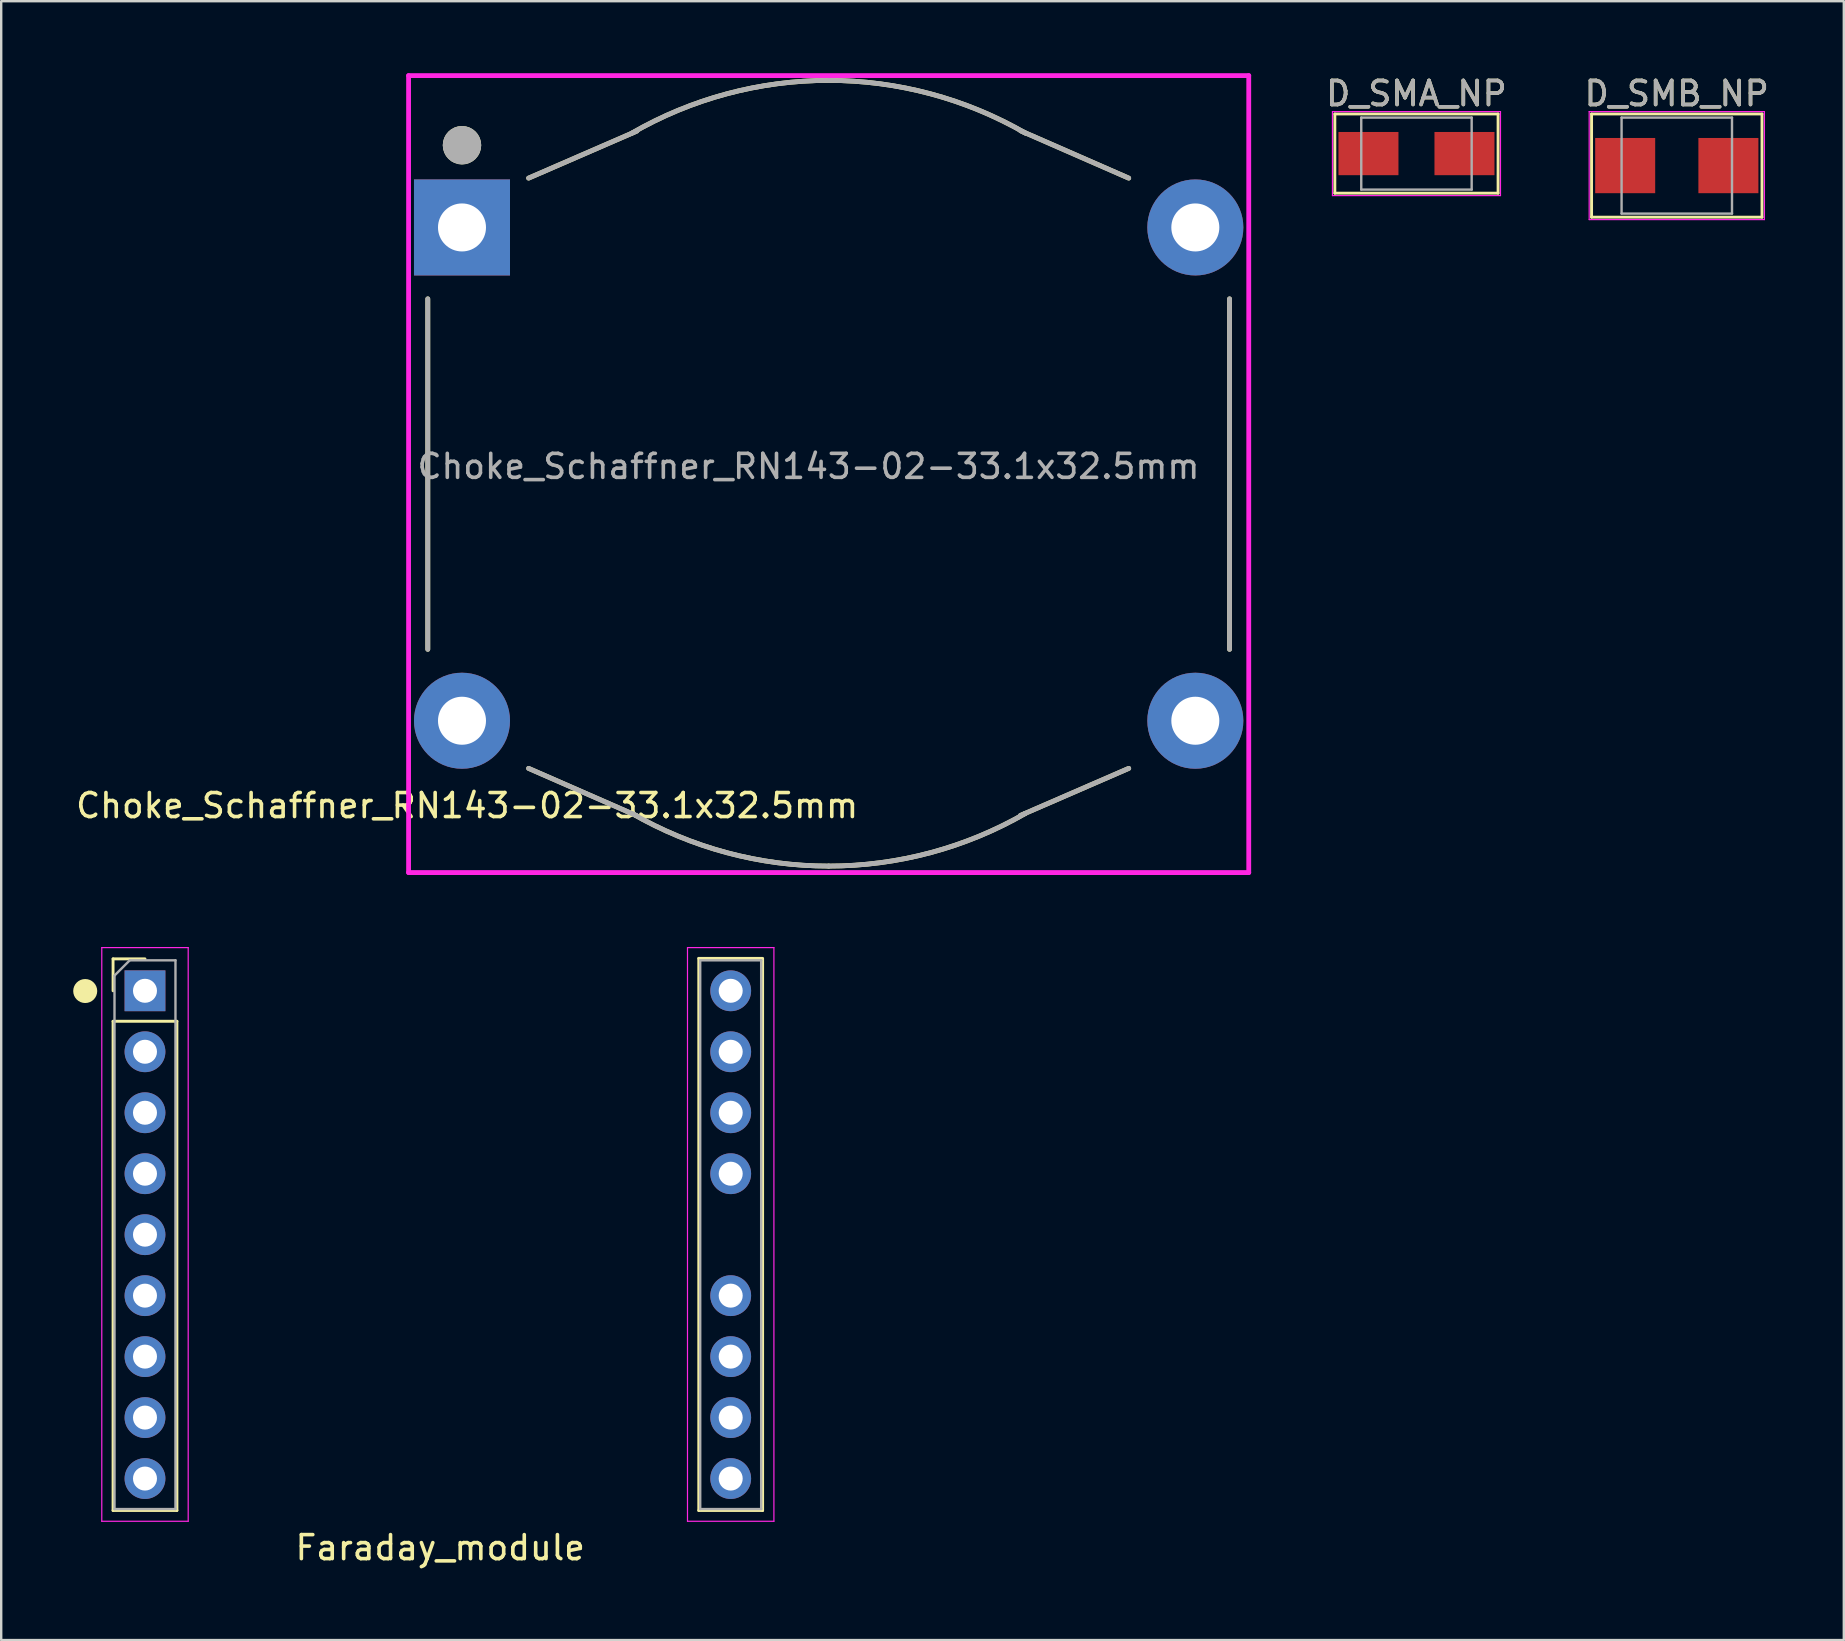
<source format=kicad_pcb>
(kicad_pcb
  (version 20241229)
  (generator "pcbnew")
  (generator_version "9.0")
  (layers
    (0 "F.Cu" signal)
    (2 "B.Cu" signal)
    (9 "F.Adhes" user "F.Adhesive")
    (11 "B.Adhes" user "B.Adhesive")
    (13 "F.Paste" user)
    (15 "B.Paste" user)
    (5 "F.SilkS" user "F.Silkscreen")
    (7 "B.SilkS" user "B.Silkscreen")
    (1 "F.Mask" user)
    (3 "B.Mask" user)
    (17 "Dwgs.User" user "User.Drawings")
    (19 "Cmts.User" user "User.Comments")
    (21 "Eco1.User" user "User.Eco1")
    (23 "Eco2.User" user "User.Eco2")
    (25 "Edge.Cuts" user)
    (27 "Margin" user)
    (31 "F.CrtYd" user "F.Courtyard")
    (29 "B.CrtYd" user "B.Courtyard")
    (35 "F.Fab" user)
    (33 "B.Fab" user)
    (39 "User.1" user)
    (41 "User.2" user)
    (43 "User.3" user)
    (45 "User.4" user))
  (footprint "Choke_Schaffner_RN143-02-33.1x32.5mm"
    (layer "F.Cu")
    (at 31.471 16.7)
    (property "Reference" "Choke_Schaffner_RN143-02-33.1x32.5mm" (at -15.06 13.81 0) (layer "F.SilkS") (effects (font (size 1 1) (thickness 0.15))))
    (attr through_hole)
    (fp_line (start -16.7 7.3) (end -16.7 -7.3) (stroke (width 0.2) (type solid)) (layer "F.SilkS"))
    (fp_line (start -8 14.23) (end -12.5 12.26) (stroke (width 0.2) (type solid)) (layer "F.SilkS"))
    (fp_line (start -7.99 -14.29) (end -12.5 -12.33) (stroke (width 0.2) (type solid)) (layer "F.SilkS"))
    (fp_line (start 7.99 14.22) (end 12.5 12.26) (stroke (width 0.2) (type solid)) (layer "F.SilkS"))
    (fp_line (start 8 -14.3) (end 12.5 -12.33) (stroke (width 0.2) (type solid)) (layer "F.SilkS"))
    (fp_line (start 16.7 -7.3) (end 16.7 7.3) (stroke (width 0.2) (type solid)) (layer "F.SilkS"))
    (fp_arc (start -8.2 -14.202817) (mid -4.244632 -15.841184) (end 0 -16.4) (stroke (width 0.2) (type solid)) (layer "F.SilkS"))
    (fp_arc (start 0 -16.4) (mid 4.244632 -15.841184) (end 8.2 -14.202817) (stroke (width 0.2) (type solid)) (layer "F.SilkS"))
    (fp_arc (start 0 16.33) (mid -4.244632 15.771184) (end -8.2 14.132817) (stroke (width 0.2) (type solid)) (layer "F.SilkS"))
    (fp_arc (start 8.2 14.132817) (mid 4.244632 15.771184) (end 0 16.33) (stroke (width 0.2) (type solid)) (layer "F.SilkS"))
    (fp_circle (center -15.275 -13.7) (end -14.875 -13.7) (stroke (width 0.8) (type solid)) (fill no) (layer "F.SilkS"))
    (fp_line (start -17.5 -16.6) (end -17.5 16.6) (stroke (width 0.2) (type solid)) (layer "F.CrtYd"))
    (fp_line (start -17.5 16.6) (end 17.5 16.6) (stroke (width 0.2) (type solid)) (layer "F.CrtYd"))
    (fp_line (start 17.5 -16.6) (end -17.5 -16.6) (stroke (width 0.2) (type solid)) (layer "F.CrtYd"))
    (fp_line (start 17.5 16.6) (end 17.5 -16.6) (stroke (width 0.2) (type solid)) (layer "F.CrtYd"))
    (fp_line (start -16.7 7.3) (end -16.7 -7.3) (stroke (width 0.2) (type solid)) (layer "F.Fab"))
    (fp_line (start -8 14.23) (end -12.5 12.26) (stroke (width 0.2) (type solid)) (layer "F.Fab"))
    (fp_line (start -7.99 -14.29) (end -12.5 -12.33) (stroke (width 0.2) (type solid)) (layer "F.Fab"))
    (fp_line (start 7.99 14.22) (end 12.5 12.26) (stroke (width 0.2) (type solid)) (layer "F.Fab"))
    (fp_line (start 8 -14.3) (end 12.5 -12.33) (stroke (width 0.2) (type solid)) (layer "F.Fab"))
    (fp_line (start 16.7 -7.3) (end 16.7 7.3) (stroke (width 0.2) (type solid)) (layer "F.Fab"))
    (fp_arc (start -8.2 -14.202817) (mid -4.244632 -15.841184) (end 0 -16.4) (stroke (width 0.2) (type solid)) (layer "F.Fab"))
    (fp_arc (start 0 -16.4) (mid 4.244632 -15.841184) (end 8.2 -14.202817) (stroke (width 0.2) (type solid)) (layer "F.Fab"))
    (fp_arc (start 0 16.33) (mid -4.244632 15.771184) (end -8.2 14.132817) (stroke (width 0.2) (type solid)) (layer "F.Fab"))
    (fp_arc (start 8.2 14.132817) (mid 4.244632 15.771184) (end 0 16.33) (stroke (width 0.2) (type solid)) (layer "F.Fab"))
    (fp_circle (center -15.275 -13.7) (end -14.875 -13.7) (stroke (width 0.8) (type solid)) (fill no) (layer "F.Fab"))
    (fp_text user "${REFERENCE}" (at -0.84 -0.32 0) (layer "F.Fab") (effects (font (size 1 1) (thickness 0.15))))
    (pad "1" thru_hole rect (at -15.275 -10.275) (size 4 4) (drill 2) (layers "*.Cu" "*.Mask"))
    (pad "2" thru_hole circle (at 15.275 -10.275) (size 4 4) (drill 2) (layers "*.Cu" "*.Mask"))
    (pad "3" thru_hole circle (at -15.275 10.275) (size 4 4) (drill 2) (layers "*.Cu" "*.Mask"))
    (pad "4" thru_hole circle (at 15.275 10.275) (size 4 4) (drill 2) (layers "*.Cu" "*.Mask")))
  (footprint "D_SMA_NP"
    (layer "F.Cu")
    (at 55.958 3.348)
    (property "Reference" "D_SMA_NP" (at 0 -2.5 0) (layer "F.SilkS") (effects (font (size 1 1) (thickness 0.15))))
    (attr smd)
    (fp_line (start -3.4 -1.65) (end -3.4 1.65) (stroke (width 0.12) (type solid)) (layer "F.SilkS"))
    (fp_line (start -3.4 -1.65) (end 3.4 -1.65) (stroke (width 0.12) (type solid)) (layer "F.SilkS"))
    (fp_line (start -3.4 1.65) (end 3.4 1.65) (stroke (width 0.12) (type solid)) (layer "F.SilkS"))
    (fp_line (start 3.4 -1.65) (end 3.4 1.65) (stroke (width 0.12) (type solid)) (layer "F.SilkS"))
    (fp_line (start -3.5 -1.75) (end 3.5 -1.75) (stroke (width 0.05) (type solid)) (layer "F.CrtYd"))
    (fp_line (start -3.5 1.75) (end -3.5 -1.75) (stroke (width 0.05) (type solid)) (layer "F.CrtYd"))
    (fp_line (start 3.5 -1.75) (end 3.5 1.75) (stroke (width 0.05) (type solid)) (layer "F.CrtYd"))
    (fp_line (start 3.5 1.75) (end -3.5 1.75) (stroke (width 0.05) (type solid)) (layer "F.CrtYd"))
    (fp_line (start -2.3 1.5) (end -2.3 -1.5) (stroke (width 0.1) (type solid)) (layer "F.Fab"))
    (fp_line (start 2.3 -1.5) (end -2.3 -1.5) (stroke (width 0.1) (type solid)) (layer "F.Fab"))
    (fp_line (start 2.3 -1.5) (end 2.3 1.5) (stroke (width 0.1) (type solid)) (layer "F.Fab"))
    (fp_line (start 2.3 1.5) (end -2.3 1.5) (stroke (width 0.1) (type solid)) (layer "F.Fab"))
    (fp_text user "${REFERENCE}" (at 0 -2.5 0) (layer "F.Fab") (effects (font (size 1 1) (thickness 0.15))))
    (pad "1" smd rect (at -2 0) (size 2.5 1.8) (layers "F.Cu" "F.Mask" "F.Paste"))
    (pad "2" smd rect (at 2 0) (size 2.5 1.8) (layers "F.Cu" "F.Mask" "F.Paste")))
  (footprint "Faraday_module"
    (layer "F.Cu")
    (at 15.3 48.435)
    (property "Reference" "Faraday_module" (at -0.01 12.99 0) (layer "F.SilkS") (effects (font (size 1 1) (thickness 0.15))))
    (attr through_hole)
    (fp_line (start -13.64 -11.54) (end -12.31 -11.54) (stroke (width 0.12) (type solid)) (layer "F.SilkS"))
    (fp_line (start -13.64 -10.21) (end -13.64 -11.54) (stroke (width 0.12) (type solid)) (layer "F.SilkS"))
    (fp_line (start -13.64 -8.94) (end -13.64 11.44) (stroke (width 0.12) (type solid)) (layer "F.SilkS"))
    (fp_line (start -13.64 -8.94) (end -10.98 -8.94) (stroke (width 0.12) (type solid)) (layer "F.SilkS"))
    (fp_line (start -13.64 11.44) (end -10.98 11.44) (stroke (width 0.12) (type solid)) (layer "F.SilkS"))
    (fp_line (start -10.98 -8.94) (end -10.98 11.44) (stroke (width 0.12) (type solid)) (layer "F.SilkS"))
    (fp_line (start 10.76 -11.56) (end 10.76 11.44) (stroke (width 0.12) (type solid)) (layer "F.SilkS"))
    (fp_line (start 10.76 -11.56) (end 13.39 -11.56) (stroke (width 0.12) (type solid)) (layer "F.SilkS"))
    (fp_line (start 10.76 11.44) (end 13.42 11.44) (stroke (width 0.12) (type solid)) (layer "F.SilkS"))
    (fp_line (start 13.42 -11.56) (end 13.42 11.44) (stroke (width 0.12) (type solid)) (layer "F.SilkS"))
    (fp_circle (center -14.8 -10.2) (end -14.55 -10.2) (stroke (width 0.5) (type solid)) (fill no) (layer "F.SilkS"))
    (fp_line (start -14.11 -12.01) (end -14.11 11.89) (stroke (width 0.05) (type solid)) (layer "F.CrtYd"))
    (fp_line (start -14.11 11.89) (end -10.51 11.89) (stroke (width 0.05) (type solid)) (layer "F.CrtYd"))
    (fp_line (start -10.51 -12.01) (end -14.11 -12.01) (stroke (width 0.05) (type solid)) (layer "F.CrtYd"))
    (fp_line (start -10.51 11.89) (end -10.51 -12.01) (stroke (width 0.05) (type solid)) (layer "F.CrtYd"))
    (fp_line (start 10.29 -12.01) (end 10.29 11.89) (stroke (width 0.05) (type solid)) (layer "F.CrtYd"))
    (fp_line (start 10.29 11.89) (end 13.89 11.89) (stroke (width 0.05) (type solid)) (layer "F.CrtYd"))
    (fp_line (start 13.89 -12.01) (end 10.29 -12.01) (stroke (width 0.05) (type solid)) (layer "F.CrtYd"))
    (fp_line (start 13.89 11.89) (end 13.89 -12.01) (stroke (width 0.05) (type solid)) (layer "F.CrtYd"))
    (fp_line (start -13.58 -10.845) (end -12.945 -11.48) (stroke (width 0.1) (type solid)) (layer "F.Fab"))
    (fp_line (start -13.58 11.38) (end -13.58 -10.845) (stroke (width 0.1) (type solid)) (layer "F.Fab"))
    (fp_line (start -12.945 -11.48) (end -11.04 -11.48) (stroke (width 0.1) (type solid)) (layer "F.Fab"))
    (fp_line (start -11.04 -11.48) (end -11.04 11.38) (stroke (width 0.1) (type solid)) (layer "F.Fab"))
    (fp_line (start -11.04 11.38) (end -13.58 11.38) (stroke (width 0.1) (type solid)) (layer "F.Fab"))
    (fp_line (start 10.82 -11.48) (end 13.36 -11.48) (stroke (width 0.1) (type solid)) (layer "F.Fab"))
    (fp_line (start 10.82 11.38) (end 10.82 -11.48) (stroke (width 0.1) (type solid)) (layer "F.Fab"))
    (fp_line (start 13.36 -11.48) (end 13.36 11.38) (stroke (width 0.1) (type solid)) (layer "F.Fab"))
    (fp_line (start 13.36 11.38) (end 10.82 11.38) (stroke (width 0.1) (type solid)) (layer "F.Fab"))
    (pad "1" thru_hole rect (at -12.31 -10.21) (size 1.7 1.7) (drill 1) (layers "*.Cu" "*.Mask"))
    (pad "2" thru_hole oval (at -12.31 -7.67) (size 1.7 1.7) (drill 1) (layers "*.Cu" "*.Mask"))
    (pad "3" thru_hole oval (at -12.31 -5.13) (size 1.7 1.7) (drill 1) (layers "*.Cu" "*.Mask"))
    (pad "4" thru_hole oval (at -12.31 -2.59) (size 1.7 1.7) (drill 1) (layers "*.Cu" "*.Mask"))
    (pad "5" thru_hole oval (at -12.31 -0.05) (size 1.7 1.7) (drill 1) (layers "*.Cu" "*.Mask"))
    (pad "6" thru_hole oval (at -12.31 2.49) (size 1.7 1.7) (drill 1) (layers "*.Cu" "*.Mask"))
    (pad "7" thru_hole oval (at -12.31 5.03) (size 1.7 1.7) (drill 1) (layers "*.Cu" "*.Mask"))
    (pad "8" thru_hole oval (at -12.31 7.57) (size 1.7 1.7) (drill 1) (layers "*.Cu" "*.Mask"))
    (pad "9" thru_hole oval (at -12.31 10.11) (size 1.7 1.7) (drill 1) (layers "*.Cu" "*.Mask"))
    (pad "10" thru_hole oval (at 12.09 10.11) (size 1.7 1.7) (drill 1) (layers "*.Cu" "*.Mask"))
    (pad "11" thru_hole oval (at 12.09 7.57) (size 1.7 1.7) (drill 1) (layers "*.Cu" "*.Mask"))
    (pad "12" thru_hole oval (at 12.09 5.03) (size 1.7 1.7) (drill 1) (layers "*.Cu" "*.Mask"))
    (pad "13" thru_hole oval (at 12.09 2.49) (size 1.7 1.7) (drill 1) (layers "*.Cu" "*.Mask"))
    (pad "14" thru_hole oval (at 12.09 -2.59) (size 1.7 1.7) (drill 1) (layers "*.Cu" "*.Mask"))
    (pad "15" thru_hole oval (at 12.09 -5.13) (size 1.7 1.7) (drill 1) (layers "*.Cu" "*.Mask"))
    (pad "16" thru_hole oval (at 12.09 -7.67) (size 1.7 1.7) (drill 1) (layers "*.Cu" "*.Mask"))
    (pad "17" thru_hole oval (at 12.09 -10.21) (size 1.7 1.7) (drill 1) (layers "*.Cu" "*.Mask")))
  (footprint "D_SMB_NP"
    (layer "F.Cu")
    (at 66.803 3.848)
    (property "Reference" "D_SMB_NP" (at 0 -3 0) (layer "F.SilkS") (effects (font (size 1 1) (thickness 0.15))))
    (attr smd)
    (fp_line (start -3.55 -2.15) (end -3.55 2.15) (stroke (width 0.12) (type solid)) (layer "F.SilkS"))
    (fp_line (start -3.55 -2.15) (end 3.55 -2.15) (stroke (width 0.12) (type solid)) (layer "F.SilkS"))
    (fp_line (start -3.55 2.15) (end 3.55 2.15) (stroke (width 0.12) (type solid)) (layer "F.SilkS"))
    (fp_line (start 3.55 -2.15) (end 3.55 2.15) (stroke (width 0.12) (type solid)) (layer "F.SilkS"))
    (fp_line (start -3.65 -2.25) (end 3.65 -2.25) (stroke (width 0.05) (type solid)) (layer "F.CrtYd"))
    (fp_line (start -3.65 2.25) (end -3.65 -2.25) (stroke (width 0.05) (type solid)) (layer "F.CrtYd"))
    (fp_line (start 3.65 -2.25) (end 3.65 2.25) (stroke (width 0.05) (type solid)) (layer "F.CrtYd"))
    (fp_line (start 3.65 2.25) (end -3.65 2.25) (stroke (width 0.05) (type solid)) (layer "F.CrtYd"))
    (fp_line (start -2.3 2) (end -2.3 -2) (stroke (width 0.1) (type solid)) (layer "F.Fab"))
    (fp_line (start 2.3 -2) (end -2.3 -2) (stroke (width 0.1) (type solid)) (layer "F.Fab"))
    (fp_line (start 2.3 -2) (end 2.3 2) (stroke (width 0.1) (type solid)) (layer "F.Fab"))
    (fp_line (start 2.3 2) (end -2.3 2) (stroke (width 0.1) (type solid)) (layer "F.Fab"))
    (fp_text user "${REFERENCE}" (at 0 -3 0) (layer "F.Fab") (effects (font (size 1 1) (thickness 0.15))))
    (pad "1" smd rect (at -2.15 0) (size 2.5 2.3) (layers "F.Cu" "F.Mask" "F.Paste"))
    (pad "2" smd rect (at 2.15 0) (size 2.5 2.3) (layers "F.Cu" "F.Mask" "F.Paste")))
  (gr_rect
    (start -3 -3)
    (end 73.761 65.273)
    (stroke (width 0.1) (type default))
    (fill no)
    (layer "Edge.Cuts")))
</source>
